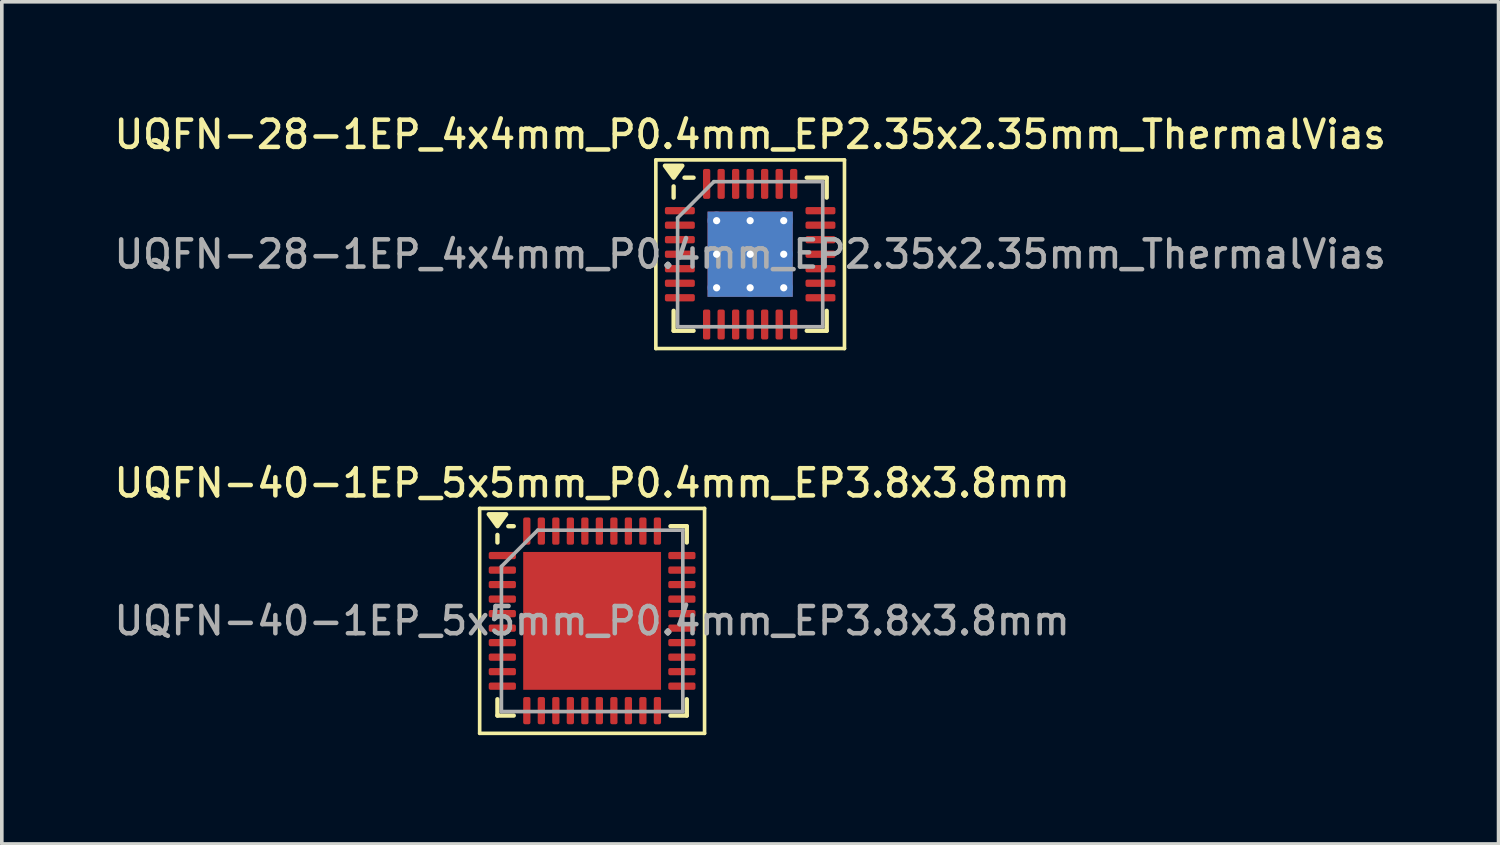
<source format=kicad_pcb>
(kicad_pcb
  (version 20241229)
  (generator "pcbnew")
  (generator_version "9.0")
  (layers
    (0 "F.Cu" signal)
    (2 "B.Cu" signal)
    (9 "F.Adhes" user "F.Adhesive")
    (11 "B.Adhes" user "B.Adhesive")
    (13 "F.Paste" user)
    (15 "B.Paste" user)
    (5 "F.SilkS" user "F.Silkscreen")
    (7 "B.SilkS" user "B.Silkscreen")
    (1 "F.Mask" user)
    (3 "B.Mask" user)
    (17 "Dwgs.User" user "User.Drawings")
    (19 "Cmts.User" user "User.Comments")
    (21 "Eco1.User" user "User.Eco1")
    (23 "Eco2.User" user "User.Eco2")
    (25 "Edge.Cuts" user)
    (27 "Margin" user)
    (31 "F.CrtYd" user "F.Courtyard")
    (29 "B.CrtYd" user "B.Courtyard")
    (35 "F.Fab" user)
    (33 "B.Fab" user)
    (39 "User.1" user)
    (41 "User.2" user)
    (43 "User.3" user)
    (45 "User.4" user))
  (footprint "UQFN-28-1EP_4x4mm_P0.4mm_EP2.35x2.35mm_ThermalVias"
    (layer "F.Cu")
    (at 17.63 3.958)
    (property "Reference" "UQFN-28-1EP_4x4mm_P0.4mm_EP2.35x2.35mm_ThermalVias" (at 0 -3.3 0) (layer "F.SilkS") (effects (font (size 0.75 0.75) (thickness 0.125))))
    (attr smd)
    (fp_line (start -2.6 -2.6) (end -2.6 2.6) (stroke (width 0.1) (type solid)) (layer "F.SilkS"))
    (fp_line (start -2.6 2.6) (end 2.6 2.6) (stroke (width 0.1) (type solid)) (layer "F.SilkS"))
    (fp_line (start -2.11 -1.56) (end -2.11 -1.87) (stroke (width 0.12) (type solid)) (layer "F.SilkS"))
    (fp_line (start -2.11 2.11) (end -2.11 1.56) (stroke (width 0.12) (type solid)) (layer "F.SilkS"))
    (fp_line (start -1.56 -2.11) (end -1.81 -2.11) (stroke (width 0.12) (type solid)) (layer "F.SilkS"))
    (fp_line (start -1.56 2.11) (end -2.11 2.11) (stroke (width 0.12) (type solid)) (layer "F.SilkS"))
    (fp_line (start 1.56 -2.11) (end 2.11 -2.11) (stroke (width 0.12) (type solid)) (layer "F.SilkS"))
    (fp_line (start 1.56 2.11) (end 2.11 2.11) (stroke (width 0.12) (type solid)) (layer "F.SilkS"))
    (fp_line (start 2.11 -2.11) (end 2.11 -1.56) (stroke (width 0.12) (type solid)) (layer "F.SilkS"))
    (fp_line (start 2.11 2.11) (end 2.11 1.56) (stroke (width 0.12) (type solid)) (layer "F.SilkS"))
    (fp_line (start 2.6 -2.6) (end -2.6 -2.6) (stroke (width 0.1) (type solid)) (layer "F.SilkS"))
    (fp_line (start 2.6 2.6) (end 2.6 -2.6) (stroke (width 0.1) (type solid)) (layer "F.SilkS"))
    (fp_poly (pts (xy -2.11 -2.11) (xy -2.35 -2.44) (xy -1.87 -2.44) (xy -2.11 -2.11)) (stroke (width 0.12) (type solid)) (fill yes) (layer "F.SilkS"))
    (fp_line (start -2 -1) (end -1 -2) (stroke (width 0.1) (type solid)) (layer "F.Fab"))
    (fp_line (start -2 2) (end -2 -1) (stroke (width 0.1) (type solid)) (layer "F.Fab"))
    (fp_line (start -1 -2) (end 2 -2) (stroke (width 0.1) (type solid)) (layer "F.Fab"))
    (fp_line (start 2 -2) (end 2 2) (stroke (width 0.1) (type solid)) (layer "F.Fab"))
    (fp_line (start 2 2) (end -2 2) (stroke (width 0.1) (type solid)) (layer "F.Fab"))
    (fp_text user "${REFERENCE}" (at 0 0 0) (layer "F.Fab") (effects (font (size 0.75 0.75) (thickness 0.125))))
    (pad "" smd roundrect (at -0.59 -0.59) (size 0.98 0.98) (layers "F.Paste") (roundrect_rratio 0.25))
    (pad "" smd roundrect (at -0.59 0.59) (size 0.98 0.98) (layers "F.Paste") (roundrect_rratio 0.25))
    (pad "" smd roundrect (at 0.59 -0.59) (size 0.98 0.98) (layers "F.Paste") (roundrect_rratio 0.25))
    (pad "" smd roundrect (at 0.59 0.59) (size 0.98 0.98) (layers "F.Paste") (roundrect_rratio 0.25))
    (pad "1" smd roundrect (at -1.938 -1.2) (size 0.825 0.2) (layers "F.Cu" "F.Mask" "F.Paste") (roundrect_rratio 0.25))
    (pad "2" smd roundrect (at -1.938 -0.8) (size 0.825 0.2) (layers "F.Cu" "F.Mask" "F.Paste") (roundrect_rratio 0.25))
    (pad "3" smd roundrect (at -1.938 -0.4) (size 0.825 0.2) (layers "F.Cu" "F.Mask" "F.Paste") (roundrect_rratio 0.25))
    (pad "4" smd roundrect (at -1.938 0) (size 0.825 0.2) (layers "F.Cu" "F.Mask" "F.Paste") (roundrect_rratio 0.25))
    (pad "5" smd roundrect (at -1.938 0.4) (size 0.825 0.2) (layers "F.Cu" "F.Mask" "F.Paste") (roundrect_rratio 0.25))
    (pad "6" smd roundrect (at -1.938 0.8) (size 0.825 0.2) (layers "F.Cu" "F.Mask" "F.Paste") (roundrect_rratio 0.25))
    (pad "7" smd roundrect (at -1.938 1.2) (size 0.825 0.2) (layers "F.Cu" "F.Mask" "F.Paste") (roundrect_rratio 0.25))
    (pad "8" smd roundrect (at -1.2 1.938) (size 0.2 0.825) (layers "F.Cu" "F.Mask" "F.Paste") (roundrect_rratio 0.25))
    (pad "9" smd roundrect (at -0.8 1.938) (size 0.2 0.825) (layers "F.Cu" "F.Mask" "F.Paste") (roundrect_rratio 0.25))
    (pad "10" smd roundrect (at -0.4 1.938) (size 0.2 0.825) (layers "F.Cu" "F.Mask" "F.Paste") (roundrect_rratio 0.25))
    (pad "11" smd roundrect (at 0 1.938) (size 0.2 0.825) (layers "F.Cu" "F.Mask" "F.Paste") (roundrect_rratio 0.25))
    (pad "12" smd roundrect (at 0.4 1.938) (size 0.2 0.825) (layers "F.Cu" "F.Mask" "F.Paste") (roundrect_rratio 0.25))
    (pad "13" smd roundrect (at 0.8 1.938) (size 0.2 0.825) (layers "F.Cu" "F.Mask" "F.Paste") (roundrect_rratio 0.25))
    (pad "14" smd roundrect (at 1.2 1.938) (size 0.2 0.825) (layers "F.Cu" "F.Mask" "F.Paste") (roundrect_rratio 0.25))
    (pad "15" smd roundrect (at 1.938 1.2) (size 0.825 0.2) (layers "F.Cu" "F.Mask" "F.Paste") (roundrect_rratio 0.25))
    (pad "16" smd roundrect (at 1.938 0.8) (size 0.825 0.2) (layers "F.Cu" "F.Mask" "F.Paste") (roundrect_rratio 0.25))
    (pad "17" smd roundrect (at 1.938 0.4) (size 0.825 0.2) (layers "F.Cu" "F.Mask" "F.Paste") (roundrect_rratio 0.25))
    (pad "18" smd roundrect (at 1.938 0) (size 0.825 0.2) (layers "F.Cu" "F.Mask" "F.Paste") (roundrect_rratio 0.25))
    (pad "19" smd roundrect (at 1.938 -0.4) (size 0.825 0.2) (layers "F.Cu" "F.Mask" "F.Paste") (roundrect_rratio 0.25))
    (pad "20" smd roundrect (at 1.938 -0.8) (size 0.825 0.2) (layers "F.Cu" "F.Mask" "F.Paste") (roundrect_rratio 0.25))
    (pad "21" smd roundrect (at 1.938 -1.2) (size 0.825 0.2) (layers "F.Cu" "F.Mask" "F.Paste") (roundrect_rratio 0.25))
    (pad "22" smd roundrect (at 1.2 -1.938) (size 0.2 0.825) (layers "F.Cu" "F.Mask" "F.Paste") (roundrect_rratio 0.25))
    (pad "23" smd roundrect (at 0.8 -1.938) (size 0.2 0.825) (layers "F.Cu" "F.Mask" "F.Paste") (roundrect_rratio 0.25))
    (pad "24" smd roundrect (at 0.4 -1.938) (size 0.2 0.825) (layers "F.Cu" "F.Mask" "F.Paste") (roundrect_rratio 0.25))
    (pad "25" smd roundrect (at 0 -1.938) (size 0.2 0.825) (layers "F.Cu" "F.Mask" "F.Paste") (roundrect_rratio 0.25))
    (pad "26" smd roundrect (at -0.4 -1.938) (size 0.2 0.825) (layers "F.Cu" "F.Mask" "F.Paste") (roundrect_rratio 0.25))
    (pad "27" smd roundrect (at -0.8 -1.938) (size 0.2 0.825) (layers "F.Cu" "F.Mask" "F.Paste") (roundrect_rratio 0.25))
    (pad "28" smd roundrect (at -1.2 -1.938) (size 0.2 0.825) (layers "F.Cu" "F.Mask" "F.Paste") (roundrect_rratio 0.25))
    (pad "29" thru_hole circle (at -0.925 -0.925) (size 0.5 0.5) (drill 0.2) (property pad_prop_heatsink) (layers "*.Cu"))
    (pad "29" thru_hole circle (at -0.925 0) (size 0.5 0.5) (drill 0.2) (property pad_prop_heatsink) (layers "*.Cu"))
    (pad "29" thru_hole circle (at -0.925 0.925) (size 0.5 0.5) (drill 0.2) (property pad_prop_heatsink) (layers "*.Cu"))
    (pad "29" thru_hole circle (at 0 -0.925) (size 0.5 0.5) (drill 0.2) (property pad_prop_heatsink) (layers "*.Cu"))
    (pad "29" thru_hole circle (at 0 0) (size 0.5 0.5) (drill 0.2) (property pad_prop_heatsink) (layers "*.Cu"))
    (pad "29" smd rect (at 0 0) (size 2.35 2.35) (property pad_prop_heatsink) (layers "F.Cu" "F.Mask"))
    (pad "29" smd rect (at 0 0) (size 2.35 2.35) (property pad_prop_heatsink) (layers "B.Cu"))
    (pad "29" thru_hole circle (at 0 0.925) (size 0.5 0.5) (drill 0.2) (property pad_prop_heatsink) (layers "*.Cu"))
    (pad "29" thru_hole circle (at 0.925 -0.925) (size 0.5 0.5) (drill 0.2) (property pad_prop_heatsink) (layers "*.Cu"))
    (pad "29" thru_hole circle (at 0.925 0) (size 0.5 0.5) (drill 0.2) (property pad_prop_heatsink) (layers "*.Cu"))
    (pad "29" thru_hole circle (at 0.925 0.925) (size 0.5 0.5) (drill 0.2) (property pad_prop_heatsink) (layers "*.Cu")))
  (footprint "UQFN-40-1EP_5x5mm_P0.4mm_EP3.8x3.8mm"
    (layer "F.Cu")
    (at 13.273 14.066)
    (property "Reference" "UQFN-40-1EP_5x5mm_P0.4mm_EP3.8x3.8mm" (at 0 -3.8 0) (layer "F.SilkS") (effects (font (size 0.75 0.75) (thickness 0.125))))
    (attr smd)
    (fp_line (start -3.1 -3.1) (end -3.1 3.1) (stroke (width 0.1) (type solid)) (layer "F.SilkS"))
    (fp_line (start -3.1 3.1) (end 3.1 3.1) (stroke (width 0.1) (type solid)) (layer "F.SilkS"))
    (fp_line (start -2.61 -2.16) (end -2.61 -2.37) (stroke (width 0.12) (type solid)) (layer "F.SilkS"))
    (fp_line (start -2.61 2.61) (end -2.61 2.16) (stroke (width 0.12) (type solid)) (layer "F.SilkS"))
    (fp_line (start -2.16 -2.61) (end -2.31 -2.61) (stroke (width 0.12) (type solid)) (layer "F.SilkS"))
    (fp_line (start -2.16 2.61) (end -2.61 2.61) (stroke (width 0.12) (type solid)) (layer "F.SilkS"))
    (fp_line (start 2.16 -2.61) (end 2.61 -2.61) (stroke (width 0.12) (type solid)) (layer "F.SilkS"))
    (fp_line (start 2.16 2.61) (end 2.61 2.61) (stroke (width 0.12) (type solid)) (layer "F.SilkS"))
    (fp_line (start 2.61 -2.61) (end 2.61 -2.16) (stroke (width 0.12) (type solid)) (layer "F.SilkS"))
    (fp_line (start 2.61 2.61) (end 2.61 2.16) (stroke (width 0.12) (type solid)) (layer "F.SilkS"))
    (fp_line (start 3.1 -3.1) (end -3.1 -3.1) (stroke (width 0.1) (type solid)) (layer "F.SilkS"))
    (fp_line (start 3.1 3.1) (end 3.1 -3.1) (stroke (width 0.1) (type solid)) (layer "F.SilkS"))
    (fp_poly (pts (xy -2.61 -2.61) (xy -2.85 -2.94) (xy -2.37 -2.94) (xy -2.61 -2.61)) (stroke (width 0.12) (type solid)) (fill yes) (layer "F.SilkS"))
    (fp_line (start -2.5 -1.5) (end -1.5 -2.5) (stroke (width 0.1) (type solid)) (layer "F.Fab"))
    (fp_line (start -2.5 2.5) (end -2.5 -1.5) (stroke (width 0.1) (type solid)) (layer "F.Fab"))
    (fp_line (start -1.5 -2.5) (end 2.5 -2.5) (stroke (width 0.1) (type solid)) (layer "F.Fab"))
    (fp_line (start 2.5 -2.5) (end 2.5 2.5) (stroke (width 0.1) (type solid)) (layer "F.Fab"))
    (fp_line (start 2.5 2.5) (end -2.5 2.5) (stroke (width 0.1) (type solid)) (layer "F.Fab"))
    (fp_text user "${REFERENCE}" (at 0 0 0) (layer "F.Fab") (effects (font (size 0.75 0.75) (thickness 0.125))))
    (pad "" smd roundrect (at -1.27 -1.27) (size 1.02 1.02) (layers "F.Paste") (roundrect_rratio 0.245))
    (pad "" smd roundrect (at -1.27 0) (size 1.02 1.02) (layers "F.Paste") (roundrect_rratio 0.245))
    (pad "" smd roundrect (at -1.27 1.27) (size 1.02 1.02) (layers "F.Paste") (roundrect_rratio 0.245))
    (pad "" smd roundrect (at 0 -1.27) (size 1.02 1.02) (layers "F.Paste") (roundrect_rratio 0.245))
    (pad "" smd roundrect (at 0 0) (size 1.02 1.02) (layers "F.Paste") (roundrect_rratio 0.245))
    (pad "" smd roundrect (at 0 1.27) (size 1.02 1.02) (layers "F.Paste") (roundrect_rratio 0.245))
    (pad "" smd roundrect (at 1.27 -1.27) (size 1.02 1.02) (layers "F.Paste") (roundrect_rratio 0.245))
    (pad "" smd roundrect (at 1.27 0) (size 1.02 1.02) (layers "F.Paste") (roundrect_rratio 0.245))
    (pad "" smd roundrect (at 1.27 1.27) (size 1.02 1.02) (layers "F.Paste") (roundrect_rratio 0.245))
    (pad "1" smd roundrect (at -2.475 -1.8) (size 0.75 0.2) (layers "F.Cu" "F.Mask" "F.Paste") (roundrect_rratio 0.25))
    (pad "2" smd roundrect (at -2.475 -1.4) (size 0.75 0.2) (layers "F.Cu" "F.Mask" "F.Paste") (roundrect_rratio 0.25))
    (pad "3" smd roundrect (at -2.475 -1) (size 0.75 0.2) (layers "F.Cu" "F.Mask" "F.Paste") (roundrect_rratio 0.25))
    (pad "4" smd roundrect (at -2.475 -0.6) (size 0.75 0.2) (layers "F.Cu" "F.Mask" "F.Paste") (roundrect_rratio 0.25))
    (pad "5" smd roundrect (at -2.475 -0.2) (size 0.75 0.2) (layers "F.Cu" "F.Mask" "F.Paste") (roundrect_rratio 0.25))
    (pad "6" smd roundrect (at -2.475 0.2) (size 0.75 0.2) (layers "F.Cu" "F.Mask" "F.Paste") (roundrect_rratio 0.25))
    (pad "7" smd roundrect (at -2.475 0.6) (size 0.75 0.2) (layers "F.Cu" "F.Mask" "F.Paste") (roundrect_rratio 0.25))
    (pad "8" smd roundrect (at -2.475 1) (size 0.75 0.2) (layers "F.Cu" "F.Mask" "F.Paste") (roundrect_rratio 0.25))
    (pad "9" smd roundrect (at -2.475 1.4) (size 0.75 0.2) (layers "F.Cu" "F.Mask" "F.Paste") (roundrect_rratio 0.25))
    (pad "10" smd roundrect (at -2.475 1.8) (size 0.75 0.2) (layers "F.Cu" "F.Mask" "F.Paste") (roundrect_rratio 0.25))
    (pad "11" smd roundrect (at -1.8 2.475) (size 0.2 0.75) (layers "F.Cu" "F.Mask" "F.Paste") (roundrect_rratio 0.25))
    (pad "12" smd roundrect (at -1.4 2.475) (size 0.2 0.75) (layers "F.Cu" "F.Mask" "F.Paste") (roundrect_rratio 0.25))
    (pad "13" smd roundrect (at -1 2.475) (size 0.2 0.75) (layers "F.Cu" "F.Mask" "F.Paste") (roundrect_rratio 0.25))
    (pad "14" smd roundrect (at -0.6 2.475) (size 0.2 0.75) (layers "F.Cu" "F.Mask" "F.Paste") (roundrect_rratio 0.25))
    (pad "15" smd roundrect (at -0.2 2.475) (size 0.2 0.75) (layers "F.Cu" "F.Mask" "F.Paste") (roundrect_rratio 0.25))
    (pad "16" smd roundrect (at 0.2 2.475) (size 0.2 0.75) (layers "F.Cu" "F.Mask" "F.Paste") (roundrect_rratio 0.25))
    (pad "17" smd roundrect (at 0.6 2.475) (size 0.2 0.75) (layers "F.Cu" "F.Mask" "F.Paste") (roundrect_rratio 0.25))
    (pad "18" smd roundrect (at 1 2.475) (size 0.2 0.75) (layers "F.Cu" "F.Mask" "F.Paste") (roundrect_rratio 0.25))
    (pad "19" smd roundrect (at 1.4 2.475) (size 0.2 0.75) (layers "F.Cu" "F.Mask" "F.Paste") (roundrect_rratio 0.25))
    (pad "20" smd roundrect (at 1.8 2.475) (size 0.2 0.75) (layers "F.Cu" "F.Mask" "F.Paste") (roundrect_rratio 0.25))
    (pad "21" smd roundrect (at 2.475 1.8) (size 0.75 0.2) (layers "F.Cu" "F.Mask" "F.Paste") (roundrect_rratio 0.25))
    (pad "22" smd roundrect (at 2.475 1.4) (size 0.75 0.2) (layers "F.Cu" "F.Mask" "F.Paste") (roundrect_rratio 0.25))
    (pad "23" smd roundrect (at 2.475 1) (size 0.75 0.2) (layers "F.Cu" "F.Mask" "F.Paste") (roundrect_rratio 0.25))
    (pad "24" smd roundrect (at 2.475 0.6) (size 0.75 0.2) (layers "F.Cu" "F.Mask" "F.Paste") (roundrect_rratio 0.25))
    (pad "25" smd roundrect (at 2.475 0.2) (size 0.75 0.2) (layers "F.Cu" "F.Mask" "F.Paste") (roundrect_rratio 0.25))
    (pad "26" smd roundrect (at 2.475 -0.2) (size 0.75 0.2) (layers "F.Cu" "F.Mask" "F.Paste") (roundrect_rratio 0.25))
    (pad "27" smd roundrect (at 2.475 -0.6) (size 0.75 0.2) (layers "F.Cu" "F.Mask" "F.Paste") (roundrect_rratio 0.25))
    (pad "28" smd roundrect (at 2.475 -1) (size 0.75 0.2) (layers "F.Cu" "F.Mask" "F.Paste") (roundrect_rratio 0.25))
    (pad "29" smd roundrect (at 2.475 -1.4) (size 0.75 0.2) (layers "F.Cu" "F.Mask" "F.Paste") (roundrect_rratio 0.25))
    (pad "30" smd roundrect (at 2.475 -1.8) (size 0.75 0.2) (layers "F.Cu" "F.Mask" "F.Paste") (roundrect_rratio 0.25))
    (pad "31" smd roundrect (at 1.8 -2.475) (size 0.2 0.75) (layers "F.Cu" "F.Mask" "F.Paste") (roundrect_rratio 0.25))
    (pad "32" smd roundrect (at 1.4 -2.475) (size 0.2 0.75) (layers "F.Cu" "F.Mask" "F.Paste") (roundrect_rratio 0.25))
    (pad "33" smd roundrect (at 1 -2.475) (size 0.2 0.75) (layers "F.Cu" "F.Mask" "F.Paste") (roundrect_rratio 0.25))
    (pad "34" smd roundrect (at 0.6 -2.475) (size 0.2 0.75) (layers "F.Cu" "F.Mask" "F.Paste") (roundrect_rratio 0.25))
    (pad "35" smd roundrect (at 0.2 -2.475) (size 0.2 0.75) (layers "F.Cu" "F.Mask" "F.Paste") (roundrect_rratio 0.25))
    (pad "36" smd roundrect (at -0.2 -2.475) (size 0.2 0.75) (layers "F.Cu" "F.Mask" "F.Paste") (roundrect_rratio 0.25))
    (pad "37" smd roundrect (at -0.6 -2.475) (size 0.2 0.75) (layers "F.Cu" "F.Mask" "F.Paste") (roundrect_rratio 0.25))
    (pad "38" smd roundrect (at -1 -2.475) (size 0.2 0.75) (layers "F.Cu" "F.Mask" "F.Paste") (roundrect_rratio 0.25))
    (pad "39" smd roundrect (at -1.4 -2.475) (size 0.2 0.75) (layers "F.Cu" "F.Mask" "F.Paste") (roundrect_rratio 0.25))
    (pad "40" smd roundrect (at -1.8 -2.475) (size 0.2 0.75) (layers "F.Cu" "F.Mask" "F.Paste") (roundrect_rratio 0.25))
    (pad "41" smd rect (at 0 0) (size 3.8 3.8) (property pad_prop_heatsink) (layers "F.Cu" "F.Mask")))
  (gr_rect
    (start -3 -3)
    (end 38.261 20.216)
    (stroke (width 0.1) (type default))
    (fill no)
    (layer "Edge.Cuts")))
</source>
